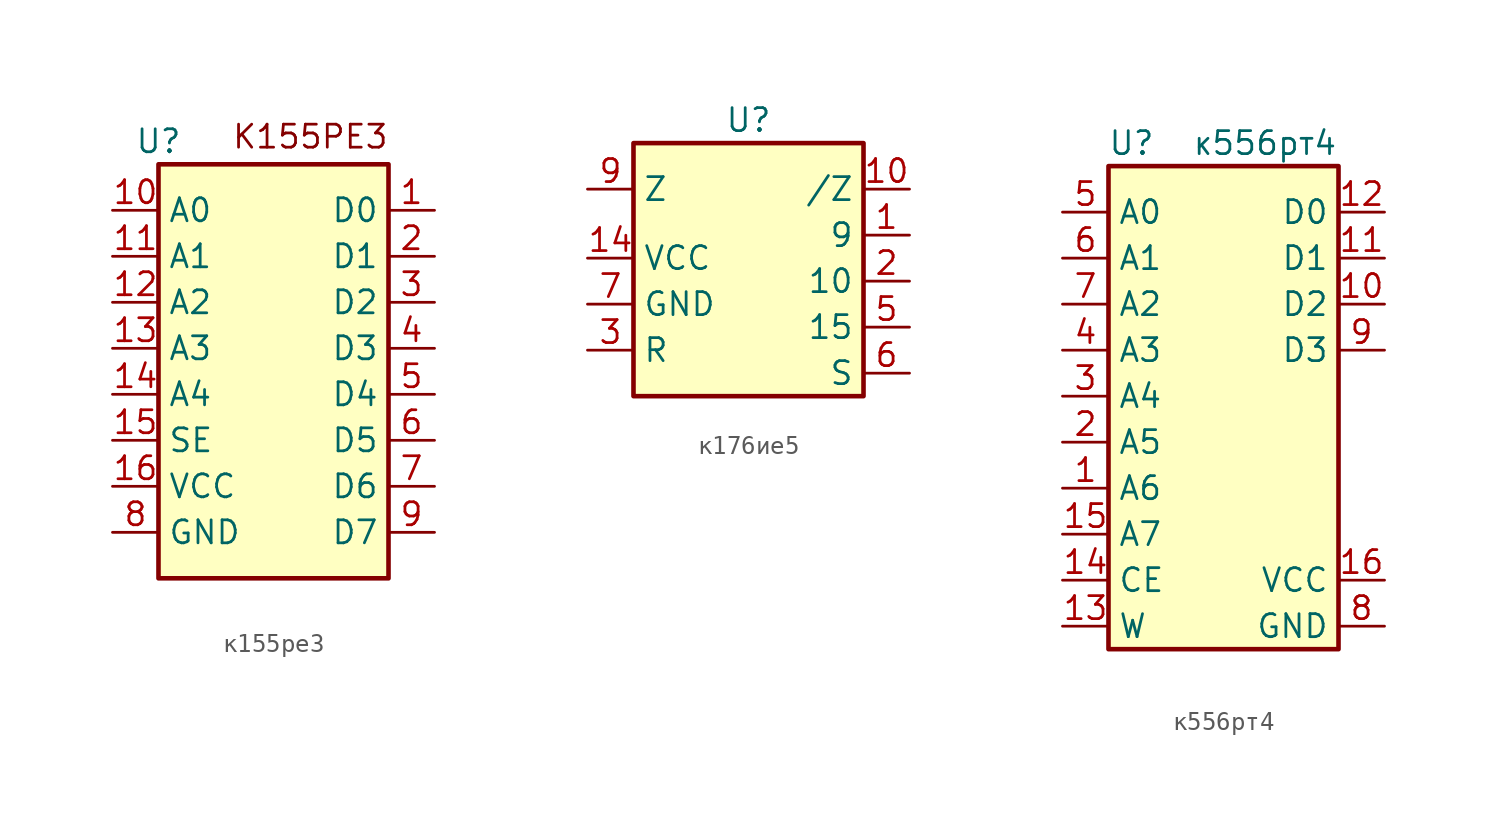
<source format=kicad_sym>
(kicad_symbol_lib
  (version 20231120)
  (generator "kicad_symbol_editor")
  (generator_version "8.0")
  (symbol "к155ре3"
    (property "Reference" "U"
      (at 0 0 0)
      (effects (font (size 1.27 1.27))))
    (property "Value" ""
      (at 0 0 0)
      (effects (font (size 1.27 1.27))))
    (symbol "к155ре3_1_1"
      (rectangle (start 0 -1.27) (end 12.7 -24.13) (stroke (width 0.254) (type default)) (fill (type background)))
      (text "К155РЕ3" (at 8.382 0.254 0) (effects (font (size 1.27 1.27))))
      (pin output line (at 15.24 -3.81 180) (length 2.54) (name "D0" (effects (font (size 1.27 1.27)))) (number "1" (effects (font (size 1.27 1.27)))))
      (pin input line (at -2.54 -3.81 0) (length 2.54) (name "A0" (effects (font (size 1.27 1.27)))) (number "10" (effects (font (size 1.27 1.27)))))
      (pin input line (at -2.54 -6.35 0) (length 2.54) (name "A1" (effects (font (size 1.27 1.27)))) (number "11" (effects (font (size 1.27 1.27)))))
      (pin input line (at -2.54 -8.89 0) (length 2.54) (name "A2" (effects (font (size 1.27 1.27)))) (number "12" (effects (font (size 1.27 1.27)))))
      (pin input line (at -2.54 -11.43 0) (length 2.54) (name "A3" (effects (font (size 1.27 1.27)))) (number "13" (effects (font (size 1.27 1.27)))))
      (pin input line (at -2.54 -13.97 0) (length 2.54) (name "A4" (effects (font (size 1.27 1.27)))) (number "14" (effects (font (size 1.27 1.27)))))
      (pin input line (at -2.54 -16.51 0) (length 2.54) (name "SE" (effects (font (size 1.27 1.27)))) (number "15" (effects (font (size 1.27 1.27)))))
      (pin input line (at -2.54 -19.05 0) (length 2.54) (name "VCC" (effects (font (size 1.27 1.27)))) (number "16" (effects (font (size 1.27 1.27)))))
      (pin output line (at 15.24 -6.35 180) (length 2.54) (name "D1" (effects (font (size 1.27 1.27)))) (number "2" (effects (font (size 1.27 1.27)))))
      (pin output line (at 15.24 -8.89 180) (length 2.54) (name "D2" (effects (font (size 1.27 1.27)))) (number "3" (effects (font (size 1.27 1.27)))))
      (pin output line (at 15.24 -11.43 180) (length 2.54) (name "D3" (effects (font (size 1.27 1.27)))) (number "4" (effects (font (size 1.27 1.27)))))
      (pin output line (at 15.24 -13.97 180) (length 2.54) (name "D4" (effects (font (size 1.27 1.27)))) (number "5" (effects (font (size 1.27 1.27)))))
      (pin output line (at 15.24 -16.51 180) (length 2.54) (name "D5" (effects (font (size 1.27 1.27)))) (number "6" (effects (font (size 1.27 1.27)))))
      (pin output line (at 15.24 -19.05 180) (length 2.54) (name "D6" (effects (font (size 1.27 1.27)))) (number "7" (effects (font (size 1.27 1.27)))))
      (pin input line (at -2.54 -21.59 0) (length 2.54) (name "GND" (effects (font (size 1.27 1.27)))) (number "8" (effects (font (size 1.27 1.27)))))
      (pin output line (at 15.24 -21.59 180) (length 2.54) (name "D7" (effects (font (size 1.27 1.27)))) (number "9" (effects (font (size 1.27 1.27)))))))
  (symbol "к176ие5"
    (property "Reference" "U"
      (at 0 0 0)
      (effects (font (size 1.27 1.27))))
    (property "Value" ""
      (at 0 0 0)
      (effects (font (size 1.27 1.27))))
    (symbol "к176ие5_1_1"
      (rectangle (start -6.35 -1.27) (end 6.35 -15.24) (stroke (width 0.254) (type default)) (fill (type background)))
      (pin input line (at 8.89 -6.35 180) (length 2.54) (name "9" (effects (font (size 1.27 1.27)))) (number "1" (effects (font (size 1.27 1.27)))))
      (pin input line (at 8.89 -3.81 180) (length 2.54) (name "/Z" (effects (font (size 1.27 1.27)))) (number "10" (effects (font (size 1.27 1.27)))))
      (pin power_in line (at -8.89 -7.62 0) (length 2.54) (name "VCC" (effects (font (size 1.27 1.27)))) (number "14" (effects (font (size 1.27 1.27)))))
      (pin input line (at 8.89 -8.89 180) (length 2.54) (name "10" (effects (font (size 1.27 1.27)))) (number "2" (effects (font (size 1.27 1.27)))))
      (pin input line (at -8.89 -12.7 0) (length 2.54) (name "R" (effects (font (size 1.27 1.27)))) (number "3" (effects (font (size 1.27 1.27)))))
      (pin input line (at 8.89 -11.43 180) (length 2.54) (name "15" (effects (font (size 1.27 1.27)))) (number "5" (effects (font (size 1.27 1.27)))))
      (pin input line (at 8.89 -13.97 180) (length 2.54) (name "S" (effects (font (size 1.27 1.27)))) (number "6" (effects (font (size 1.27 1.27)))))
      (pin input line (at -8.89 -10.16 0) (length 2.54) (name "GND" (effects (font (size 1.27 1.27)))) (number "7" (effects (font (size 1.27 1.27)))))
      (pin input line (at -8.89 -3.81 0) (length 2.54) (name "Z" (effects (font (size 1.27 1.27)))) (number "9" (effects (font (size 1.27 1.27)))))))
  (symbol "к556рт4"
    (property "Reference" "U"
      (at 0 0 0)
      (effects (font (size 1.27 1.27))))
    (property "Value" "к556рт4"
      (at 7.366 0 0)
      (effects (font (size 1.27 1.27))))
    (symbol "к556рт4_1_1"
      (rectangle (start -1.27 -1.27) (end 11.43 -27.94) (stroke (width 0.254) (type default)) (fill (type background)))
      (pin input line (at -3.81 -19.05 0) (length 2.54) (name "A6" (effects (font (size 1.27 1.27)))) (number "1" (effects (font (size 1.27 1.27)))))
      (pin output line (at 13.97 -8.89 180) (length 2.54) (name "D2" (effects (font (size 1.27 1.27)))) (number "10" (effects (font (size 1.27 1.27)))))
      (pin output line (at 13.97 -6.35 180) (length 2.54) (name "D1" (effects (font (size 1.27 1.27)))) (number "11" (effects (font (size 1.27 1.27)))))
      (pin output line (at 13.97 -3.81 180) (length 2.54) (name "D0" (effects (font (size 1.27 1.27)))) (number "12" (effects (font (size 1.27 1.27)))))
      (pin input line (at -3.81 -26.67 0) (length 2.54) (name "W" (effects (font (size 1.27 1.27)))) (number "13" (effects (font (size 1.27 1.27)))))
      (pin input line (at -3.81 -24.13 0) (length 2.54) (name "CE" (effects (font (size 1.27 1.27)))) (number "14" (effects (font (size 1.27 1.27)))))
      (pin input line (at -3.81 -21.59 0) (length 2.54) (name "A7" (effects (font (size 1.27 1.27)))) (number "15" (effects (font (size 1.27 1.27)))))
      (pin input line (at 13.97 -24.13 180) (length 2.54) (name "VCC" (effects (font (size 1.27 1.27)))) (number "16" (effects (font (size 1.27 1.27)))))
      (pin input line (at -3.81 -16.51 0) (length 2.54) (name "A5" (effects (font (size 1.27 1.27)))) (number "2" (effects (font (size 1.27 1.27)))))
      (pin input line (at -3.81 -13.97 0) (length 2.54) (name "A4" (effects (font (size 1.27 1.27)))) (number "3" (effects (font (size 1.27 1.27)))))
      (pin input line (at -3.81 -11.43 0) (length 2.54) (name "A3" (effects (font (size 1.27 1.27)))) (number "4" (effects (font (size 1.27 1.27)))))
      (pin input line (at -3.81 -3.81 0) (length 2.54) (name "A0" (effects (font (size 1.27 1.27)))) (number "5" (effects (font (size 1.27 1.27)))))
      (pin input line (at -3.81 -6.35 0) (length 2.54) (name "A1" (effects (font (size 1.27 1.27)))) (number "6" (effects (font (size 1.27 1.27)))))
      (pin input line (at -3.81 -8.89 0) (length 2.54) (name "A2" (effects (font (size 1.27 1.27)))) (number "7" (effects (font (size 1.27 1.27)))))
      (pin input line (at 13.97 -26.67 180) (length 2.54) (name "GND" (effects (font (size 1.27 1.27)))) (number "8" (effects (font (size 1.27 1.27)))))
      (pin output line (at 13.97 -11.43 180) (length 2.54) (name "D3" (effects (font (size 1.27 1.27)))) (number "9" (effects (font (size 1.27 1.27))))))))
</source>
